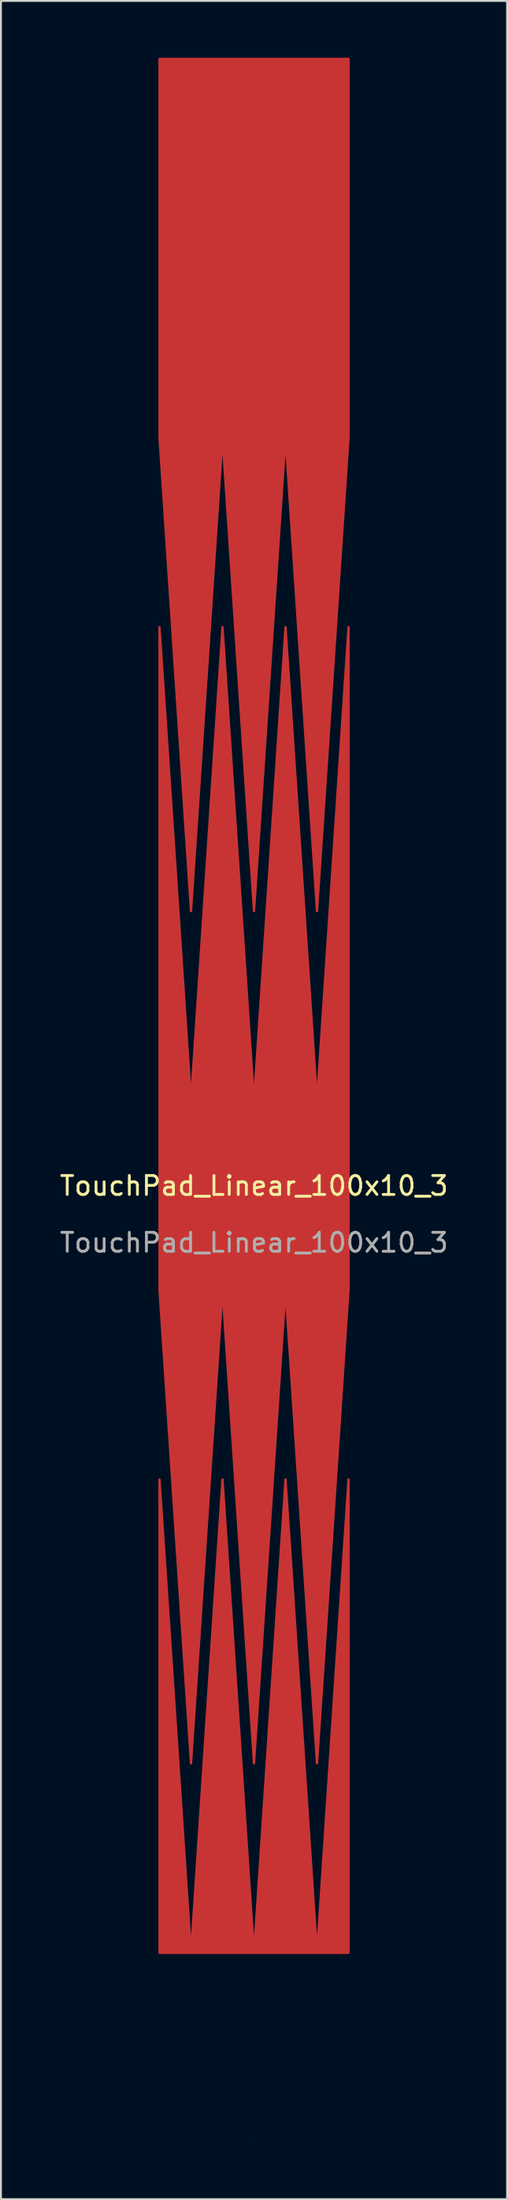
<source format=kicad_pcb>
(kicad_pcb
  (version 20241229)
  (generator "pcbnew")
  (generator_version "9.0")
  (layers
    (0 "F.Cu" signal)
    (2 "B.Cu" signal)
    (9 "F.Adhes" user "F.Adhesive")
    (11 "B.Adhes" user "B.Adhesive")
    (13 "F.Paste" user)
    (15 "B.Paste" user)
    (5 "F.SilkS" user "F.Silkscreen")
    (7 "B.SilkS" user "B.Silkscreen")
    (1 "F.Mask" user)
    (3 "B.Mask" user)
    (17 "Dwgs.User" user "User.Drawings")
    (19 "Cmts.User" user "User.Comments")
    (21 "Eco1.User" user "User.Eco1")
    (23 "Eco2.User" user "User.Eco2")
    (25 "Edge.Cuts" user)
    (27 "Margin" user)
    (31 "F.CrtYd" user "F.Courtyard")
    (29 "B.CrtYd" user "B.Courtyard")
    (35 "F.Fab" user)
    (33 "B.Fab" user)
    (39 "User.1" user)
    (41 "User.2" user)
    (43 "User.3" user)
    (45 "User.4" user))
  (footprint "TouchPad_Linear_100x10_3"
    (layer "F.Cu")
    (at 10.387 60.06)
    (property "Reference" "TouchPad_Linear_100x10_3" (at 0 -0.5 0) (unlocked yes) (layer "F.SilkS") (effects (font (size 1 1) (thickness 0.15))))
    (fp_text user "${REFERENCE}" (at 0 2.5 0) (unlocked yes) (layer "F.Fab") (effects (font (size 1 1) (thickness 0.15))))
    (pad "0" smd custom (at 0 50) (size 0.01 0.01) (layers "F.Cu") (options (anchor circle)) (primitives (gr_poly (pts (xy 5 -10) (xy 5 -35) (xy 3.333 -10) (xy 1.667 -35) (xy 0 -10) (xy -1.667 -35) (xy -3.333 -10) (xy -5 -35) (xy -5 -10) (xy 5 -10)) (width 0.12) (fill yes))))
    (pad "1" smd custom (at 0 0) (size 0.01 0.01) (layers "F.Cu") (options (anchor circle)) (primitives (gr_poly (pts (xy 5 5) (xy 3.333 30) (xy 1.667 5) (xy 0 30) (xy -1.667 5) (xy -3.333 30) (xy -5 5) (xy -5 -30) (xy -3.333 -5) (xy -1.667 -30) (xy 0 -5) (xy 1.667 -30) (xy 3.333 -5) (xy 5 -30) (xy 5 5)) (width 0.12) (fill yes))))
    (pad "2" smd custom (at 0 -50) (size 0.01 0.01) (layers "F.Cu") (options (anchor circle)) (primitives (gr_poly (pts (xy 5 10) (xy 3.333 35) (xy 1.667 10) (xy 0 35) (xy -1.667 10) (xy -3.333 35) (xy -5 10) (xy -5 -10) (xy 5 -10) (xy 5 10)) (width 0.12) (fill yes)))))
  (gr_rect
    (start -3 -3)
    (end 23.774 113.065)
    (stroke (width 0.1) (type default))
    (fill no)
    (layer "Edge.Cuts")))
</source>
